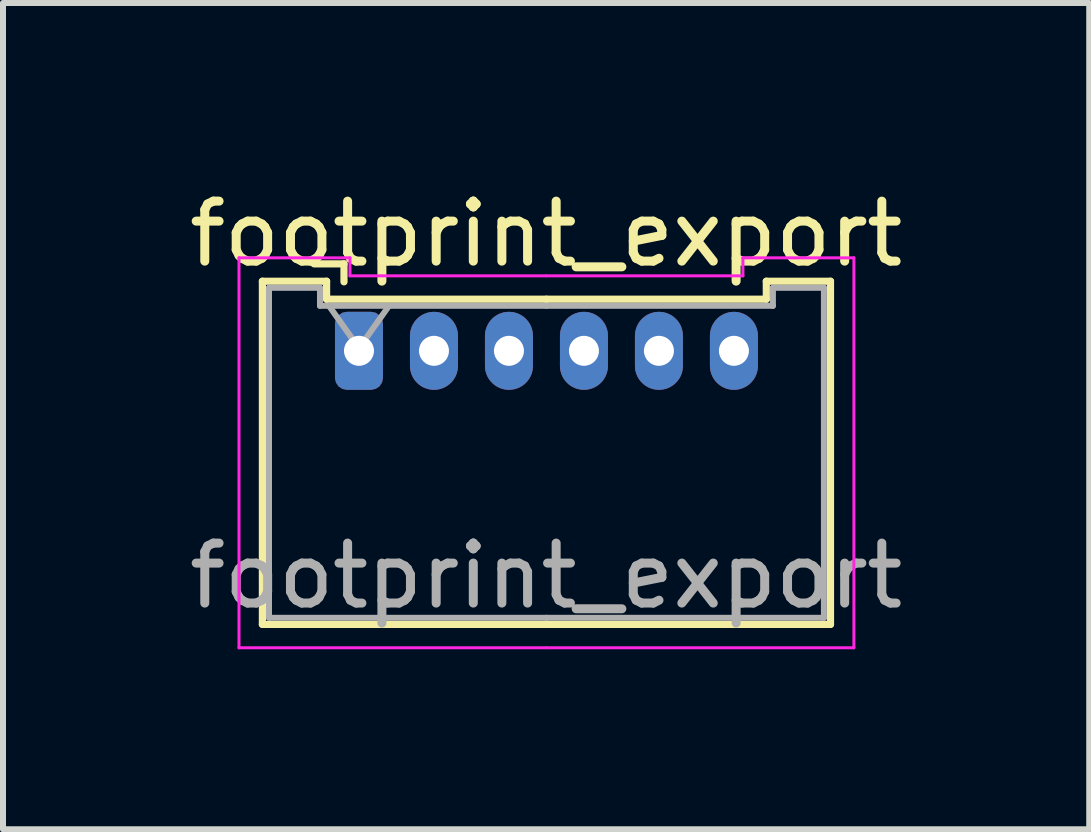
<source format=kicad_pcb>
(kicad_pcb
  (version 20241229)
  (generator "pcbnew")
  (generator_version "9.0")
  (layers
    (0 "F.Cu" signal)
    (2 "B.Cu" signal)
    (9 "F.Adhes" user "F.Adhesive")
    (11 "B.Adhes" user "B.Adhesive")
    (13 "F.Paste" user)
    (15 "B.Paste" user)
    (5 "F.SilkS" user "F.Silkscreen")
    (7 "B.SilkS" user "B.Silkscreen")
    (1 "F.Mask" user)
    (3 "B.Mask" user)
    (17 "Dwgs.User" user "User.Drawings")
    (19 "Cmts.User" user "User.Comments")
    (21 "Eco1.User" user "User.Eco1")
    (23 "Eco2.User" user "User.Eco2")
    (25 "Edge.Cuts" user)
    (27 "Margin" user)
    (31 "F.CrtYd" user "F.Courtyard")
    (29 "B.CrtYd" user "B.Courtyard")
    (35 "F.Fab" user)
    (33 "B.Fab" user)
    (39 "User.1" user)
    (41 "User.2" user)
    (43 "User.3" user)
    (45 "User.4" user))
  (footprint "footprint_export"
    (layer "F.Cu")
    (at 2.934 2.798)
    (property "Reference" "footprint_export" (at 3.12 -1.95 0) (layer "F.SilkS") (effects (font (size 1 1) (thickness 0.15))))
    (attr through_hole)
    (fp_line (start -1.61 -1.16) (end -1.61 4.56) (stroke (width 0.12) (type solid)) (layer "F.SilkS"))
    (fp_line (start -1.61 4.56) (end 3.125 4.56) (stroke (width 0.12) (type solid)) (layer "F.SilkS"))
    (fp_line (start -0.54 -1.16) (end -1.61 -1.16) (stroke (width 0.12) (type solid)) (layer "F.SilkS"))
    (fp_line (start -0.54 -0.86) (end -0.54 -1.16) (stroke (width 0.12) (type solid)) (layer "F.SilkS"))
    (fp_line (start -0.25 -1.45) (end -0.75 -1.45) (stroke (width 0.12) (type solid)) (layer "F.SilkS"))
    (fp_line (start -0.25 -1.15) (end -0.25 -1.45) (stroke (width 0.12) (type solid)) (layer "F.SilkS"))
    (fp_line (start 3.125 -0.86) (end -0.54 -0.86) (stroke (width 0.12) (type solid)) (layer "F.SilkS"))
    (fp_line (start 3.125 -0.86) (end 6.79 -0.86) (stroke (width 0.12) (type solid)) (layer "F.SilkS"))
    (fp_line (start 6.79 -1.16) (end 7.86 -1.16) (stroke (width 0.12) (type solid)) (layer "F.SilkS"))
    (fp_line (start 6.79 -0.86) (end 6.79 -1.16) (stroke (width 0.12) (type solid)) (layer "F.SilkS"))
    (fp_line (start 7.86 -1.16) (end 7.86 4.56) (stroke (width 0.12) (type solid)) (layer "F.SilkS"))
    (fp_line (start 7.86 4.56) (end 3.125 4.56) (stroke (width 0.12) (type solid)) (layer "F.SilkS"))
    (fp_line (start -2 -1.55) (end -2 4.95) (stroke (width 0.05) (type solid)) (layer "F.CrtYd"))
    (fp_line (start -2 4.95) (end 3.12 4.95) (stroke (width 0.05) (type solid)) (layer "F.CrtYd"))
    (fp_line (start -0.15 -1.55) (end -2 -1.55) (stroke (width 0.05) (type solid)) (layer "F.CrtYd"))
    (fp_line (start -0.15 -1.25) (end -0.15 -1.55) (stroke (width 0.05) (type solid)) (layer "F.CrtYd"))
    (fp_line (start 3.12 -1.25) (end -0.15 -1.25) (stroke (width 0.05) (type solid)) (layer "F.CrtYd"))
    (fp_line (start 3.13 -1.25) (end 6.4 -1.25) (stroke (width 0.05) (type solid)) (layer "F.CrtYd"))
    (fp_line (start 6.4 -1.55) (end 8.25 -1.55) (stroke (width 0.05) (type solid)) (layer "F.CrtYd"))
    (fp_line (start 6.4 -1.25) (end 6.4 -1.55) (stroke (width 0.05) (type solid)) (layer "F.CrtYd"))
    (fp_line (start 8.25 -1.55) (end 8.25 4.95) (stroke (width 0.05) (type solid)) (layer "F.CrtYd"))
    (fp_line (start 8.25 4.95) (end 3.13 4.95) (stroke (width 0.05) (type solid)) (layer "F.CrtYd"))
    (fp_line (start -1.5 -1.05) (end -1.5 4.45) (stroke (width 0.1) (type solid)) (layer "F.Fab"))
    (fp_line (start -1.5 4.45) (end 3.125 4.45) (stroke (width 0.1) (type solid)) (layer "F.Fab"))
    (fp_line (start -0.65 -1.05) (end -1.5 -1.05) (stroke (width 0.1) (type solid)) (layer "F.Fab"))
    (fp_line (start -0.65 -0.75) (end -0.65 -1.05) (stroke (width 0.1) (type solid)) (layer "F.Fab"))
    (fp_line (start -0.5 -0.75) (end 0 -0.043) (stroke (width 0.1) (type solid)) (layer "F.Fab"))
    (fp_line (start 0 -0.043) (end 0.5 -0.75) (stroke (width 0.1) (type solid)) (layer "F.Fab"))
    (fp_line (start 3.125 -0.75) (end -0.65 -0.75) (stroke (width 0.1) (type solid)) (layer "F.Fab"))
    (fp_line (start 3.125 -0.75) (end 6.9 -0.75) (stroke (width 0.1) (type solid)) (layer "F.Fab"))
    (fp_line (start 6.9 -1.05) (end 7.75 -1.05) (stroke (width 0.1) (type solid)) (layer "F.Fab"))
    (fp_line (start 6.9 -0.75) (end 6.9 -1.05) (stroke (width 0.1) (type solid)) (layer "F.Fab"))
    (fp_line (start 7.75 -1.05) (end 7.75 4.45) (stroke (width 0.1) (type solid)) (layer "F.Fab"))
    (fp_line (start 7.75 4.45) (end 3.125 4.45) (stroke (width 0.1) (type solid)) (layer "F.Fab"))
    (fp_text user "${REFERENCE}" (at 3.12 3.75 0) (layer "F.Fab") (effects (font (size 1 1) (thickness 0.15))))
    (pad "1" thru_hole roundrect (at 0 0) (size 0.8 1.3) (drill 0.5) (layers "*.Cu" "*.Mask") (roundrect_rratio 0.25))
    (pad "2" thru_hole oval (at 1.25 0) (size 0.8 1.3) (drill 0.5) (layers "*.Cu" "*.Mask"))
    (pad "3" thru_hole oval (at 2.5 0) (size 0.8 1.3) (drill 0.5) (layers "*.Cu" "*.Mask"))
    (pad "4" thru_hole oval (at 3.75 0) (size 0.8 1.3) (drill 0.5) (layers "*.Cu" "*.Mask"))
    (pad "5" thru_hole oval (at 5 0) (size 0.8 1.3) (drill 0.5) (layers "*.Cu" "*.Mask"))
    (pad "6" thru_hole oval (at 6.25 0) (size 0.8 1.3) (drill 0.5) (layers "*.Cu" "*.Mask")))
  (gr_rect
    (start -3 -3)
    (end 15.107 10.773)
    (stroke (width 0.1) (type default))
    (fill no)
    (layer "Edge.Cuts")))
</source>
